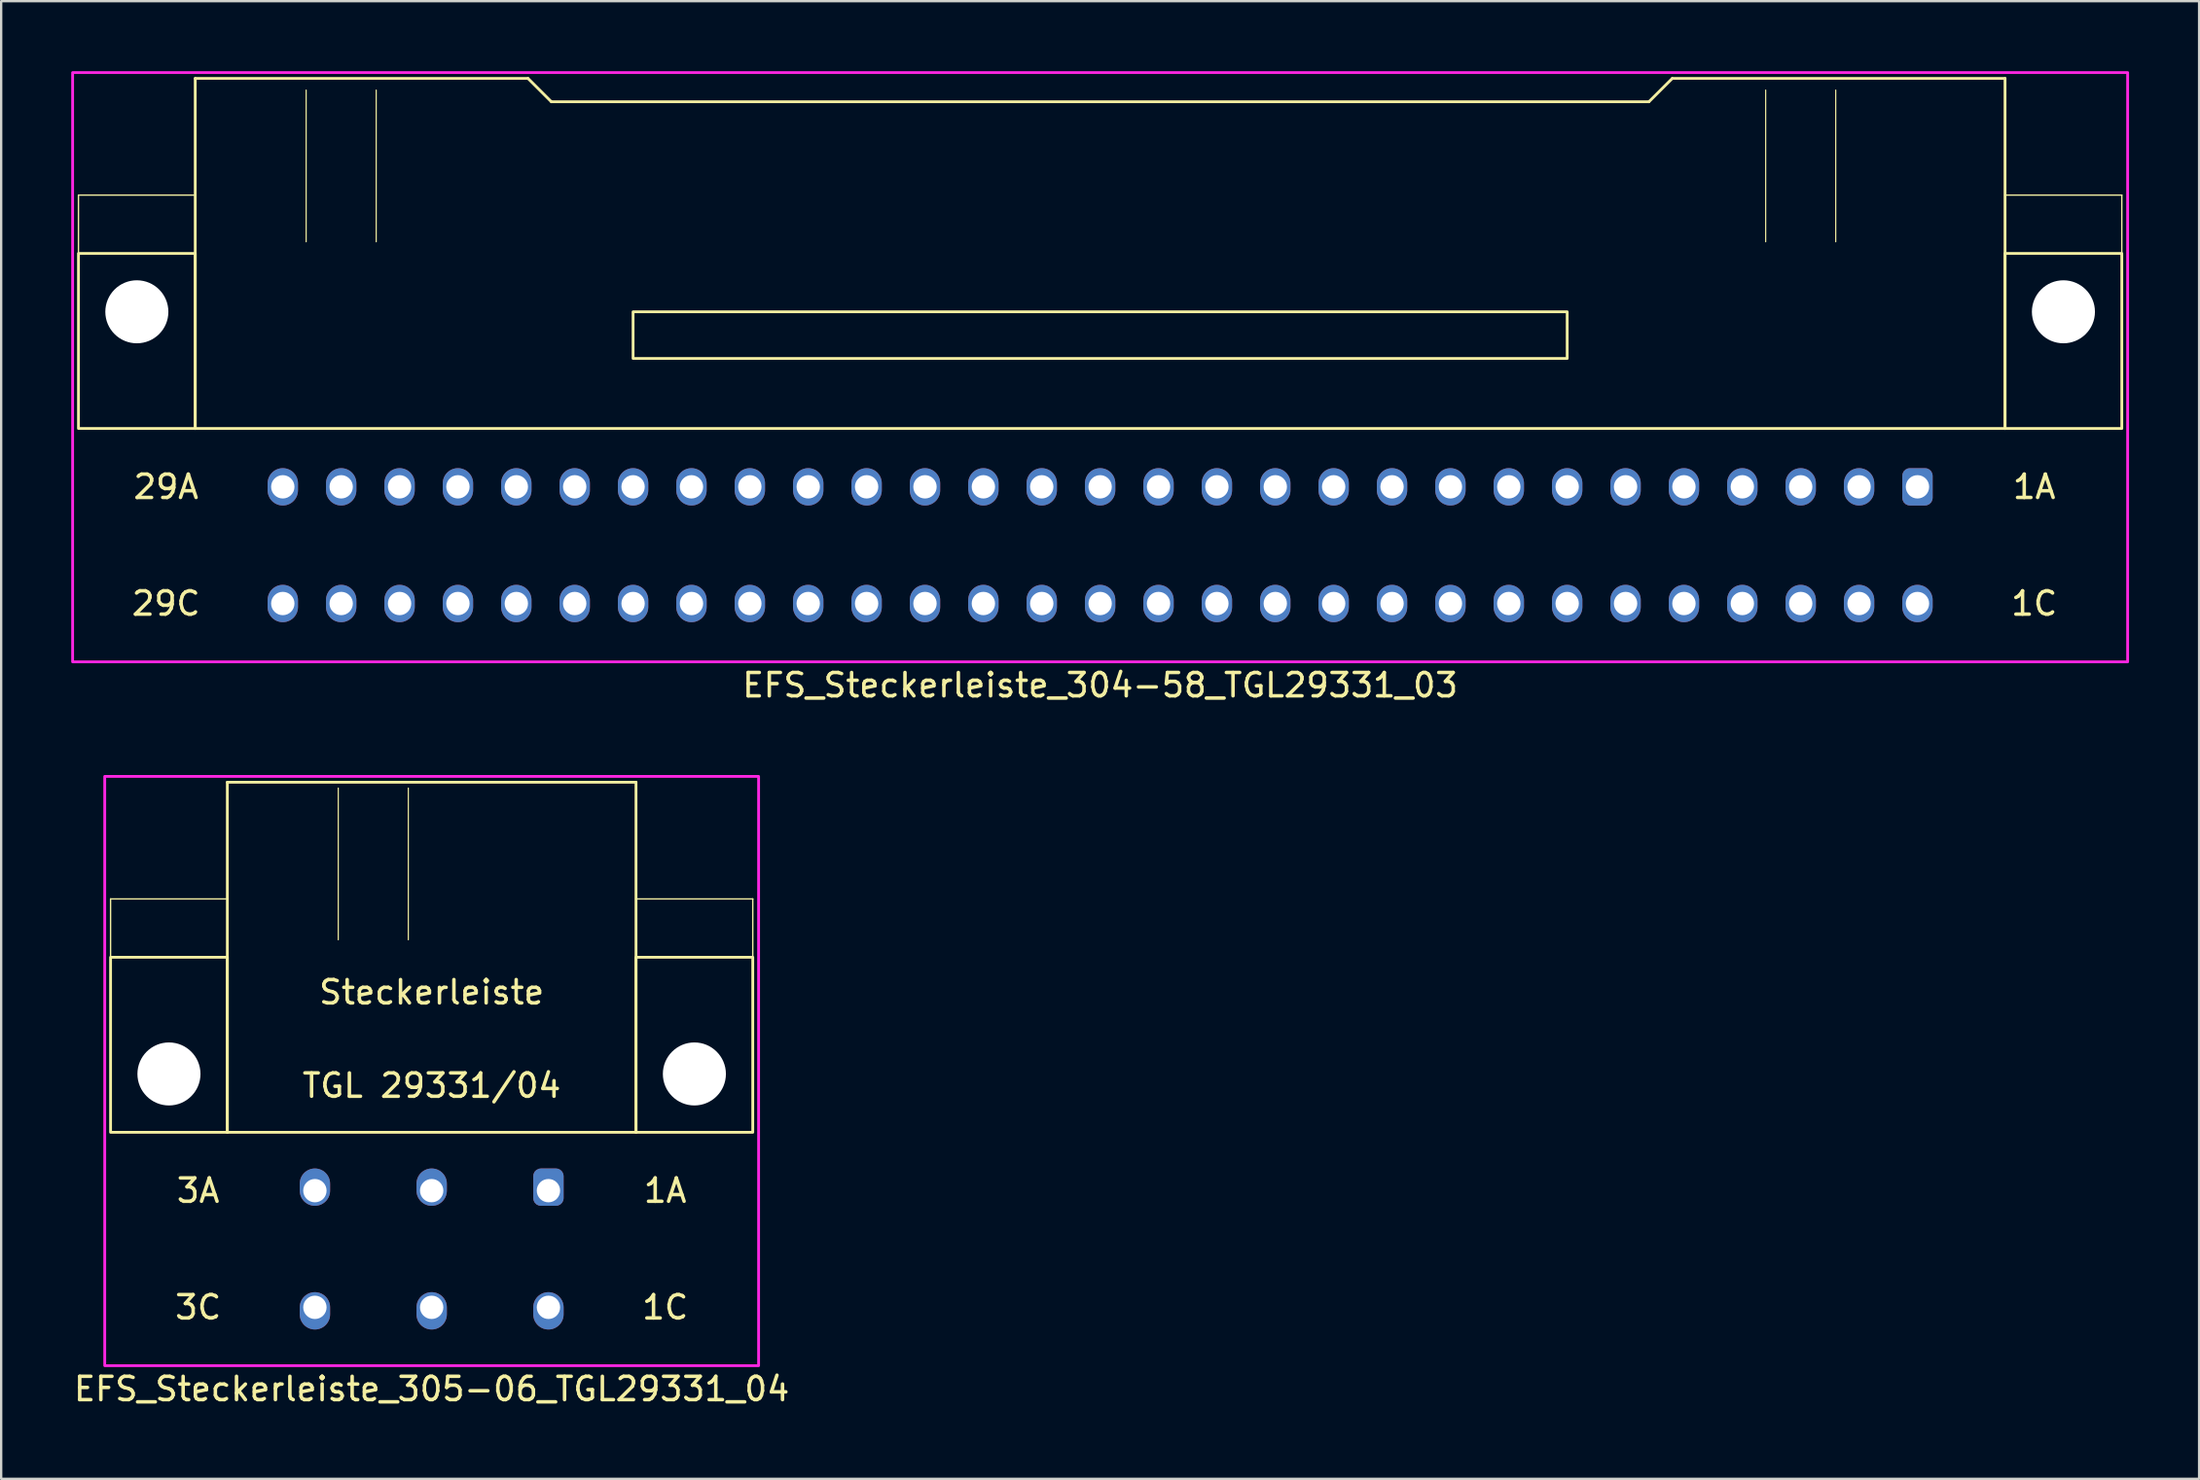
<source format=kicad_pcb>
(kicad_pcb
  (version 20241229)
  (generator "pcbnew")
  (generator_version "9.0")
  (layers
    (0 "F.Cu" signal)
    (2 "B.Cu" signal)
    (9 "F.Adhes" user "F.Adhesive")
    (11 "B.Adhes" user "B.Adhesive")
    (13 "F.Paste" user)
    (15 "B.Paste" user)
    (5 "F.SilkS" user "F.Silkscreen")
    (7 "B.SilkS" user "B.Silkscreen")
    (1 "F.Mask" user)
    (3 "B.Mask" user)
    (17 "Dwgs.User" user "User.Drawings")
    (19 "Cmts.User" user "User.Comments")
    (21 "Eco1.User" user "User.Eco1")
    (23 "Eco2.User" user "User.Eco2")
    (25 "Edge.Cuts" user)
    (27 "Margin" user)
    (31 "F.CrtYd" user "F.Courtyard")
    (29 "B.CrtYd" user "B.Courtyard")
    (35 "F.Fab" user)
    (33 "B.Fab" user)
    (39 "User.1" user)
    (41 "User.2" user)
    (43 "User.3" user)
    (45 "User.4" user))
  (footprint "EFS_Steckerleiste_305-06_TGL29331_04"
    (layer "F.Cu")
    (at 15.435 35.468)
    (property "Reference" "EFS_Steckerleiste_305-06_TGL29331_04" (at 0 21 180) (layer "F.SilkS") (effects (font (size 1 1) (thickness 0.15))))
    (attr through_hole)
    (fp_line (start -13.75 0) (end -13.75 2.5) (stroke (width 0.06) (type solid)) (layer "F.SilkS"))
    (fp_line (start -8.75 -5) (end -8.75 10) (stroke (width 0.12) (type solid)) (layer "F.SilkS"))
    (fp_line (start -8.75 -5) (end 8.75 -5) (stroke (width 0.12) (type solid)) (layer "F.SilkS"))
    (fp_line (start -8.75 0) (end -13.75 0) (stroke (width 0.06) (type solid)) (layer "F.SilkS"))
    (fp_line (start -8.75 10) (end 8.75 10) (stroke (width 0.12) (type solid)) (layer "F.SilkS"))
    (fp_line (start -4 -4.75) (end -4 1.75) (stroke (width 0.05) (type solid)) (layer "F.SilkS"))
    (fp_line (start -1 -4.75) (end -1 1.75) (stroke (width 0.05) (type solid)) (layer "F.SilkS"))
    (fp_line (start 8.75 10) (end 8.75 -5) (stroke (width 0.12) (type solid)) (layer "F.SilkS"))
    (fp_line (start 13.75 0) (end 8.75 0) (stroke (width 0.06) (type solid)) (layer "F.SilkS"))
    (fp_line (start 13.75 0) (end 13.75 2.5) (stroke (width 0.06) (type solid)) (layer "F.SilkS"))
    (fp_rect (start -8.75 10) (end -13.75 2.5) (stroke (width 0.12) (type solid)) (fill no) (layer "F.SilkS"))
    (fp_rect (start 13.75 10) (end 8.75 2.5) (stroke (width 0.12) (type solid)) (fill no) (layer "F.SilkS"))
    (fp_rect (start -14 -5.25) (end 14 20) (stroke (width 0.12) (type solid)) (fill no) (layer "F.CrtYd"))
    (fp_text user "3A" (at -10 12.5 0) (layer "F.SilkS") (effects (font (size 1 1) (thickness 0.15))))
    (fp_text user "1A" (at 10 12.5 0) (layer "F.SilkS") (effects (font (size 1 1) (thickness 0.15))))
    (fp_text user "3C" (at -10 17.5 0) (layer "F.SilkS") (effects (font (size 1 1) (thickness 0.15))))
    (fp_text user "1C" (at 10 17.5 0) (layer "F.SilkS") (effects (font (size 1 1) (thickness 0.15))))
    (fp_text user "Steckerleiste" (at 0 4 0) (unlocked yes) (layer "F.SilkS") (effects (font (size 1 1) (thickness 0.15))))
    (fp_text user "TGL 29331/04" (at 0 8 0) (unlocked yes) (layer "F.SilkS") (effects (font (size 1 1) (thickness 0.15))))
    (pad "" np_thru_hole circle (at -11.25 7.5) (size 2.7 2.7) (drill 2.7) (layers "*.Cu" "*.Mask"))
    (pad "" np_thru_hole circle (at 11.25 7.5) (size 2.7 2.7) (drill 2.7) (layers "*.Cu" "*.Mask"))
    (pad "1a" thru_hole roundrect (at 5 12.5) (size 1.3 1.6) (drill 1 (offset 0 -0.15)) (layers "*.Cu" "*.Mask") (roundrect_rratio 0.25))
    (pad "1c" thru_hole oval (at 5 17.5) (size 1.3 1.6) (drill 1 (offset 0 0.15)) (layers "*.Cu" "*.Mask"))
    (pad "2a" thru_hole oval (at 0 12.5) (size 1.3 1.6) (drill 1 (offset 0 -0.15)) (layers "*.Cu" "*.Mask"))
    (pad "2c" thru_hole oval (at 0 17.5) (size 1.3 1.6) (drill 1 (offset 0 0.15)) (layers "*.Cu" "*.Mask"))
    (pad "3a" thru_hole oval (at -5 12.5) (size 1.3 1.6) (drill 1 (offset 0 -0.15)) (layers "*.Cu" "*.Mask"))
    (pad "3c" thru_hole oval (at -5 17.5) (size 1.3 1.6) (drill 1 (offset 0 0.15)) (layers "*.Cu" "*.Mask")))
  (footprint "EFS_Steckerleiste_304-58_TGL29331_03"
    (layer "F.Cu")
    (at 44.06 5.31)
    (property "Reference" "EFS_Steckerleiste_304-58_TGL29331_03" (at 0 21 180) (layer "F.SilkS") (effects (font (size 1 1) (thickness 0.15))))
    (attr through_hole)
    (fp_line (start -43.75 0) (end -43.75 2.5) (stroke (width 0.06) (type solid)) (layer "F.SilkS"))
    (fp_line (start -38.75 -5) (end -38.75 10) (stroke (width 0.12) (type solid)) (layer "F.SilkS"))
    (fp_line (start -38.75 -5) (end -24.5 -5) (stroke (width 0.12) (type solid)) (layer "F.SilkS"))
    (fp_line (start -38.75 0) (end -43.75 0) (stroke (width 0.06) (type solid)) (layer "F.SilkS"))
    (fp_line (start -38.75 10) (end 38.75 10) (stroke (width 0.12) (type solid)) (layer "F.SilkS"))
    (fp_line (start -34 -4.5) (end -34 2) (stroke (width 0.05) (type solid)) (layer "F.SilkS"))
    (fp_line (start -31 -4.5) (end -31 2) (stroke (width 0.05) (type solid)) (layer "F.SilkS"))
    (fp_line (start -24.5 -5) (end -23.5 -4) (stroke (width 0.12) (type solid)) (layer "F.SilkS"))
    (fp_line (start -23.5 -4) (end 23.5 -4) (stroke (width 0.12) (type solid)) (layer "F.SilkS"))
    (fp_line (start 24.5 -5) (end 23.5 -4) (stroke (width 0.12) (type solid)) (layer "F.SilkS"))
    (fp_line (start 28.5 -4.5) (end 28.5 2) (stroke (width 0.05) (type solid)) (layer "F.SilkS"))
    (fp_line (start 31.5 -4.5) (end 31.5 2) (stroke (width 0.05) (type solid)) (layer "F.SilkS"))
    (fp_line (start 38.75 -5) (end 24.5 -5) (stroke (width 0.12) (type solid)) (layer "F.SilkS"))
    (fp_line (start 38.75 10) (end 38.75 -5) (stroke (width 0.12) (type solid)) (layer "F.SilkS"))
    (fp_line (start 43.75 0) (end 38.75 0) (stroke (width 0.06) (type solid)) (layer "F.SilkS"))
    (fp_line (start 43.75 0) (end 43.75 2.5) (stroke (width 0.06) (type solid)) (layer "F.SilkS"))
    (fp_rect (start -38.75 10) (end -43.75 2.5) (stroke (width 0.12) (type solid)) (fill no) (layer "F.SilkS"))
    (fp_rect (start -20 7) (end 20 5) (stroke (width 0.12) (type solid)) (fill no) (layer "F.SilkS"))
    (fp_rect (start 43.75 10) (end 38.75 2.5) (stroke (width 0.12) (type solid)) (fill no) (layer "F.SilkS"))
    (fp_rect (start -44 -5.25) (end 44 20) (stroke (width 0.12) (type solid)) (fill no) (layer "F.CrtYd"))
    (fp_text user "1C" (at 40 17.5 0) (layer "F.SilkS") (effects (font (size 1 1) (thickness 0.15))))
    (fp_text user "29A" (at -40 12.5 0) (layer "F.SilkS") (effects (font (size 1 1) (thickness 0.15))))
    (fp_text user "29C" (at -40 17.5 0) (layer "F.SilkS") (effects (font (size 1 1) (thickness 0.15))))
    (fp_text user "1A" (at 40 12.5 0) (layer "F.SilkS") (effects (font (size 1 1) (thickness 0.15))))
    (pad "" np_thru_hole circle (at -41.25 5) (size 2.7 2.7) (drill 2.7) (layers "*.Cu" "*.Mask"))
    (pad "" np_thru_hole circle (at 41.25 5) (size 2.7 2.7) (drill 2.7) (layers "*.Cu" "*.Mask"))
    (pad "1a" thru_hole roundrect (at 35 12.5) (size 1.3 1.6) (drill 1) (layers "*.Cu" "*.Mask") (roundrect_rratio 0.25))
    (pad "1c" thru_hole oval (at 35 17.5) (size 1.3 1.6) (drill 1) (layers "*.Cu" "*.Mask"))
    (pad "2a" thru_hole oval (at 32.5 12.5) (size 1.3 1.6) (drill 1) (layers "*.Cu" "*.Mask"))
    (pad "2c" thru_hole oval (at 32.5 17.5) (size 1.3 1.6) (drill 1) (layers "*.Cu" "*.Mask"))
    (pad "3a" thru_hole oval (at 30 12.5) (size 1.3 1.6) (drill 1) (layers "*.Cu" "*.Mask"))
    (pad "3c" thru_hole oval (at 30 17.5) (size 1.3 1.6) (drill 1) (layers "*.Cu" "*.Mask"))
    (pad "4a" thru_hole oval (at 27.5 12.5) (size 1.3 1.6) (drill 1) (layers "*.Cu" "*.Mask"))
    (pad "4c" thru_hole oval (at 27.5 17.5) (size 1.3 1.6) (drill 1) (layers "*.Cu" "*.Mask"))
    (pad "5a" thru_hole oval (at 25 12.5) (size 1.3 1.6) (drill 1) (layers "*.Cu" "*.Mask"))
    (pad "5c" thru_hole oval (at 25 17.5) (size 1.3 1.6) (drill 1) (layers "*.Cu" "*.Mask"))
    (pad "6a" thru_hole oval (at 22.5 12.5) (size 1.3 1.6) (drill 1) (layers "*.Cu" "*.Mask"))
    (pad "6c" thru_hole oval (at 22.5 17.5) (size 1.3 1.6) (drill 1) (layers "*.Cu" "*.Mask"))
    (pad "7a" thru_hole oval (at 20 12.5) (size 1.3 1.6) (drill 1) (layers "*.Cu" "*.Mask"))
    (pad "7c" thru_hole oval (at 20 17.5) (size 1.3 1.6) (drill 1) (layers "*.Cu" "*.Mask"))
    (pad "8a" thru_hole oval (at 17.5 12.5) (size 1.3 1.6) (drill 1) (layers "*.Cu" "*.Mask"))
    (pad "8c" thru_hole oval (at 17.5 17.5) (size 1.3 1.6) (drill 1) (layers "*.Cu" "*.Mask"))
    (pad "9a" thru_hole oval (at 15 12.5) (size 1.3 1.6) (drill 1) (layers "*.Cu" "*.Mask"))
    (pad "9c" thru_hole oval (at 15 17.5) (size 1.3 1.6) (drill 1) (layers "*.Cu" "*.Mask"))
    (pad "10a" thru_hole oval (at 12.5 12.5) (size 1.3 1.6) (drill 1) (layers "*.Cu" "*.Mask"))
    (pad "10c" thru_hole oval (at 12.5 17.5) (size 1.3 1.6) (drill 1) (layers "*.Cu" "*.Mask"))
    (pad "11a" thru_hole oval (at 10 12.5) (size 1.3 1.6) (drill 1) (layers "*.Cu" "*.Mask"))
    (pad "11c" thru_hole oval (at 10 17.5) (size 1.3 1.6) (drill 1) (layers "*.Cu" "*.Mask"))
    (pad "12a" thru_hole oval (at 7.5 12.5) (size 1.3 1.6) (drill 1) (layers "*.Cu" "*.Mask"))
    (pad "12c" thru_hole oval (at 7.5 17.5) (size 1.3 1.6) (drill 1) (layers "*.Cu" "*.Mask"))
    (pad "13a" thru_hole oval (at 5 12.5) (size 1.3 1.6) (drill 1) (layers "*.Cu" "*.Mask"))
    (pad "13c" thru_hole oval (at 5 17.5) (size 1.3 1.6) (drill 1) (layers "*.Cu" "*.Mask"))
    (pad "14a" thru_hole oval (at 2.5 12.5) (size 1.3 1.6) (drill 1) (layers "*.Cu" "*.Mask"))
    (pad "14c" thru_hole oval (at 2.5 17.5) (size 1.3 1.6) (drill 1) (layers "*.Cu" "*.Mask"))
    (pad "15a" thru_hole oval (at 0 12.5) (size 1.3 1.6) (drill 1) (layers "*.Cu" "*.Mask"))
    (pad "15c" thru_hole oval (at 0 17.5) (size 1.3 1.6) (drill 1) (layers "*.Cu" "*.Mask"))
    (pad "16a" thru_hole oval (at -2.5 12.5) (size 1.3 1.6) (drill 1) (layers "*.Cu" "*.Mask"))
    (pad "16c" thru_hole oval (at -2.5 17.5) (size 1.3 1.6) (drill 1) (layers "*.Cu" "*.Mask"))
    (pad "17a" thru_hole oval (at -5 12.5) (size 1.3 1.6) (drill 1) (layers "*.Cu" "*.Mask"))
    (pad "17c" thru_hole oval (at -5 17.5) (size 1.3 1.6) (drill 1) (layers "*.Cu" "*.Mask"))
    (pad "18a" thru_hole oval (at -7.5 12.5) (size 1.3 1.6) (drill 1) (layers "*.Cu" "*.Mask"))
    (pad "18c" thru_hole oval (at -7.5 17.5) (size 1.3 1.6) (drill 1) (layers "*.Cu" "*.Mask"))
    (pad "19a" thru_hole oval (at -10 12.5) (size 1.3 1.6) (drill 1) (layers "*.Cu" "*.Mask"))
    (pad "19c" thru_hole oval (at -10 17.5) (size 1.3 1.6) (drill 1) (layers "*.Cu" "*.Mask"))
    (pad "20a" thru_hole oval (at -12.5 12.5) (size 1.3 1.6) (drill 1) (layers "*.Cu" "*.Mask"))
    (pad "20c" thru_hole oval (at -12.5 17.5) (size 1.3 1.6) (drill 1) (layers "*.Cu" "*.Mask"))
    (pad "21a" thru_hole oval (at -15 12.5) (size 1.3 1.6) (drill 1) (layers "*.Cu" "*.Mask"))
    (pad "21c" thru_hole oval (at -15 17.5) (size 1.3 1.6) (drill 1) (layers "*.Cu" "*.Mask"))
    (pad "22a" thru_hole oval (at -17.5 12.5) (size 1.3 1.6) (drill 1) (layers "*.Cu" "*.Mask"))
    (pad "22c" thru_hole oval (at -17.5 17.5) (size 1.3 1.6) (drill 1) (layers "*.Cu" "*.Mask"))
    (pad "23a" thru_hole oval (at -20 12.5) (size 1.3 1.6) (drill 1) (layers "*.Cu" "*.Mask"))
    (pad "23c" thru_hole oval (at -20 17.5) (size 1.3 1.6) (drill 1) (layers "*.Cu" "*.Mask"))
    (pad "24a" thru_hole oval (at -22.5 12.5) (size 1.3 1.6) (drill 1) (layers "*.Cu" "*.Mask"))
    (pad "24c" thru_hole oval (at -22.5 17.5) (size 1.3 1.6) (drill 1) (layers "*.Cu" "*.Mask"))
    (pad "25a" thru_hole oval (at -25 12.5) (size 1.3 1.6) (drill 1) (layers "*.Cu" "*.Mask"))
    (pad "25c" thru_hole oval (at -25 17.5) (size 1.3 1.6) (drill 1) (layers "*.Cu" "*.Mask"))
    (pad "26a" thru_hole oval (at -27.5 12.5) (size 1.3 1.6) (drill 1) (layers "*.Cu" "*.Mask"))
    (pad "26c" thru_hole oval (at -27.5 17.5) (size 1.3 1.6) (drill 1) (layers "*.Cu" "*.Mask"))
    (pad "27a" thru_hole oval (at -30 12.5) (size 1.3 1.6) (drill 1) (layers "*.Cu" "*.Mask"))
    (pad "27c" thru_hole oval (at -30 17.5) (size 1.3 1.6) (drill 1) (layers "*.Cu" "*.Mask"))
    (pad "28a" thru_hole oval (at -32.5 12.5) (size 1.3 1.6) (drill 1) (layers "*.Cu" "*.Mask"))
    (pad "28c" thru_hole oval (at -32.5 17.5) (size 1.3 1.6) (drill 1) (layers "*.Cu" "*.Mask"))
    (pad "29a" thru_hole oval (at -35 12.5) (size 1.3 1.6) (drill 1) (layers "*.Cu" "*.Mask"))
    (pad "29c" thru_hole oval (at -35 17.5) (size 1.3 1.6) (drill 1) (layers "*.Cu" "*.Mask")))
  (gr_rect
    (start -3 -3)
    (end 91.12 60.316)
    (stroke (width 0.1) (type default))
    (fill no)
    (layer "Edge.Cuts")))
</source>
